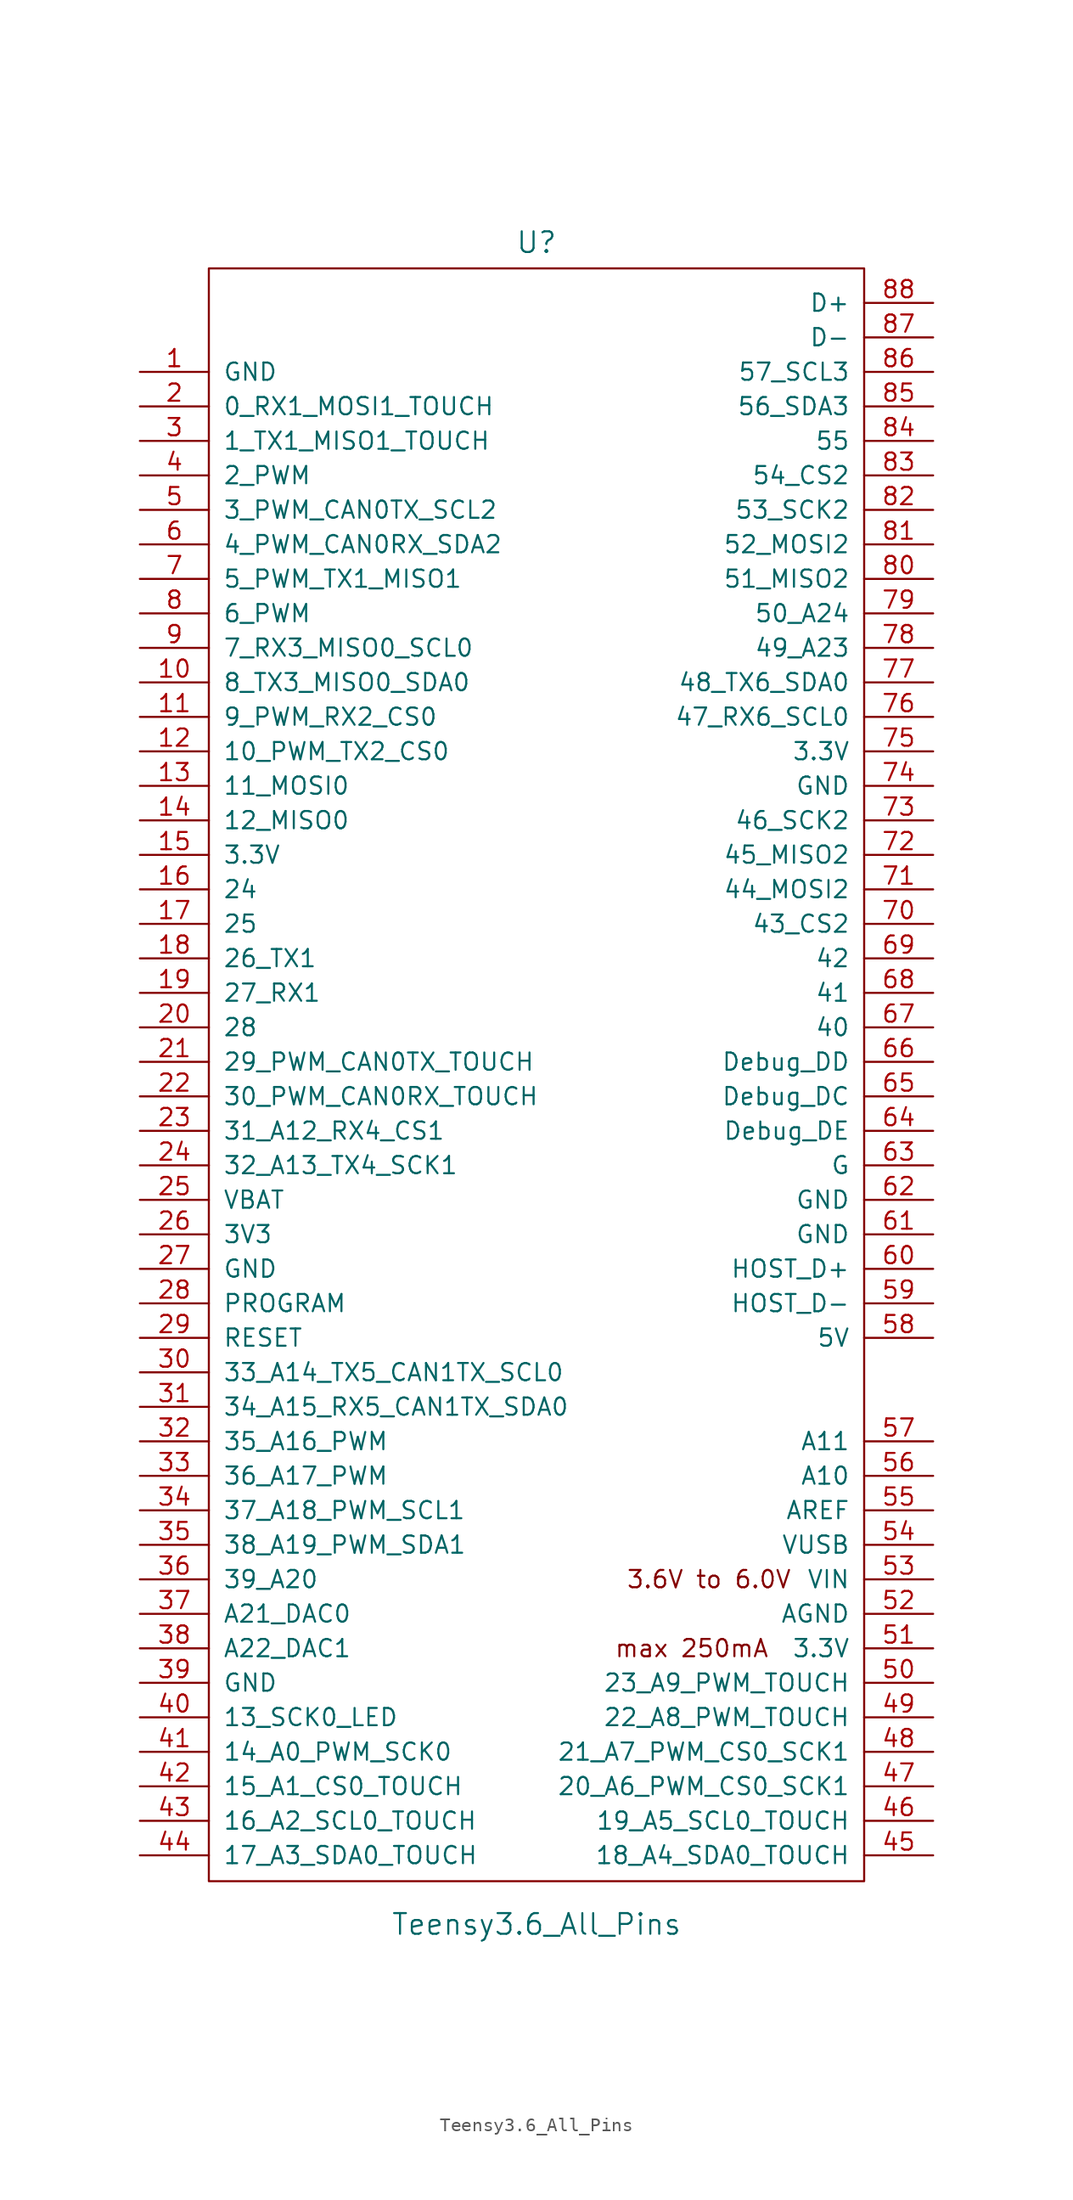
<source format=kicad_sym>
(kicad_symbol_lib
  (version 20201005)
  (generator kicad_symbol_editor)
  (symbol "teensy:Teensy3.6_All_Pins"
    (pin_names
      (offset 1.016))
    (property "Reference" "U"
      (at 0 64.135 0)
      (effects (font (size 1.524 1.524))))
    (property "Value" "Teensy3.6_All_Pins"
      (at 0 -59.69 0)
      (effects (font (size 1.524 1.524))))
    (property "Footprint" ""
      (at 0 1.27 0)
      (effects (font (size 1.524 1.524))))
    (property "Datasheet" ""
      (at 0 1.27 0)
      (effects (font (size 1.524 1.524))))
    (symbol "Teensy3.6_All_Pins_0_0"
      (text "3.6V to 6.0V" (at 12.7 -34.29 0) (effects (font (size 1.27 1.27))))
      (text "max 250mA" (at 11.43 -39.37 0) (effects (font (size 1.27 1.27))))
      (rectangle (start -24.13 62.23) (end 24.13 -56.515) (stroke (width 0)) (fill (type none))))
    (symbol "Teensy3.6_All_Pins_1_1"
      (pin power_in line (at -29.21 54.61 0) (length 5.08) (name "GND" (effects (font (size 1.27 1.27)))) (number "1" (effects (font (size 1.27 1.27)))))
      (pin bidirectional line (at -29.21 31.75 0) (length 5.08) (name "8_TX3_MISO0_SDA0" (effects (font (size 1.27 1.27)))) (number "10" (effects (font (size 1.27 1.27)))))
      (pin bidirectional line (at -29.21 29.21 0) (length 5.08) (name "9_PWM_RX2_CS0" (effects (font (size 1.27 1.27)))) (number "11" (effects (font (size 1.27 1.27)))))
      (pin bidirectional line (at -29.21 26.67 0) (length 5.08) (name "10_PWM_TX2_CS0" (effects (font (size 1.27 1.27)))) (number "12" (effects (font (size 1.27 1.27)))))
      (pin bidirectional line (at -29.21 24.13 0) (length 5.08) (name "11_MOSI0" (effects (font (size 1.27 1.27)))) (number "13" (effects (font (size 1.27 1.27)))))
      (pin bidirectional line (at -29.21 21.59 0) (length 5.08) (name "12_MISO0" (effects (font (size 1.27 1.27)))) (number "14" (effects (font (size 1.27 1.27)))))
      (pin power_in line (at -29.21 19.05 0) (length 5.08) (name "3.3V" (effects (font (size 1.27 1.27)))) (number "15" (effects (font (size 1.27 1.27)))))
      (pin bidirectional line (at -29.21 16.51 0) (length 5.08) (name "24" (effects (font (size 1.27 1.27)))) (number "16" (effects (font (size 1.27 1.27)))))
      (pin bidirectional line (at -29.21 13.97 0) (length 5.08) (name "25" (effects (font (size 1.27 1.27)))) (number "17" (effects (font (size 1.27 1.27)))))
      (pin bidirectional line (at -29.21 11.43 0) (length 5.08) (name "26_TX1" (effects (font (size 1.27 1.27)))) (number "18" (effects (font (size 1.27 1.27)))))
      (pin bidirectional line (at -29.21 8.89 0) (length 5.08) (name "27_RX1" (effects (font (size 1.27 1.27)))) (number "19" (effects (font (size 1.27 1.27)))))
      (pin bidirectional line (at -29.21 52.07 0) (length 5.08) (name "0_RX1_MOSI1_TOUCH" (effects (font (size 1.27 1.27)))) (number "2" (effects (font (size 1.27 1.27)))))
      (pin bidirectional line (at -29.21 6.35 0) (length 5.08) (name "28" (effects (font (size 1.27 1.27)))) (number "20" (effects (font (size 1.27 1.27)))))
      (pin bidirectional line (at -29.21 3.81 0) (length 5.08) (name "29_PWM_CAN0TX_TOUCH" (effects (font (size 1.27 1.27)))) (number "21" (effects (font (size 1.27 1.27)))))
      (pin bidirectional line (at -29.21 1.27 0) (length 5.08) (name "30_PWM_CAN0RX_TOUCH" (effects (font (size 1.27 1.27)))) (number "22" (effects (font (size 1.27 1.27)))))
      (pin bidirectional line (at -29.21 -1.27 0) (length 5.08) (name "31_A12_RX4_CS1" (effects (font (size 1.27 1.27)))) (number "23" (effects (font (size 1.27 1.27)))))
      (pin bidirectional line (at -29.21 -3.81 0) (length 5.08) (name "32_A13_TX4_SCK1" (effects (font (size 1.27 1.27)))) (number "24" (effects (font (size 1.27 1.27)))))
      (pin power_in line (at -29.21 -6.35 0) (length 5.08) (name "VBAT" (effects (font (size 1.27 1.27)))) (number "25" (effects (font (size 1.27 1.27)))))
      (pin power_in line (at -29.21 -8.89 0) (length 5.08) (name "3V3" (effects (font (size 1.27 1.27)))) (number "26" (effects (font (size 1.27 1.27)))))
      (pin power_in line (at -29.21 -11.43 0) (length 5.08) (name "GND" (effects (font (size 1.27 1.27)))) (number "27" (effects (font (size 1.27 1.27)))))
      (pin input line (at -29.21 -13.97 0) (length 5.08) (name "PROGRAM" (effects (font (size 1.27 1.27)))) (number "28" (effects (font (size 1.27 1.27)))))
      (pin input line (at -29.21 -16.51 0) (length 5.08) (name "RESET" (effects (font (size 1.27 1.27)))) (number "29" (effects (font (size 1.27 1.27)))))
      (pin bidirectional line (at -29.21 49.53 0) (length 5.08) (name "1_TX1_MISO1_TOUCH" (effects (font (size 1.27 1.27)))) (number "3" (effects (font (size 1.27 1.27)))))
      (pin bidirectional line (at -29.21 -19.05 0) (length 5.08) (name "33_A14_TX5_CAN1TX_SCL0" (effects (font (size 1.27 1.27)))) (number "30" (effects (font (size 1.27 1.27)))))
      (pin bidirectional line (at -29.21 -21.59 0) (length 5.08) (name "34_A15_RX5_CAN1TX_SDA0" (effects (font (size 1.27 1.27)))) (number "31" (effects (font (size 1.27 1.27)))))
      (pin bidirectional line (at -29.21 -24.13 0) (length 5.08) (name "35_A16_PWM" (effects (font (size 1.27 1.27)))) (number "32" (effects (font (size 1.27 1.27)))))
      (pin bidirectional line (at -29.21 -26.67 0) (length 5.08) (name "36_A17_PWM" (effects (font (size 1.27 1.27)))) (number "33" (effects (font (size 1.27 1.27)))))
      (pin bidirectional line (at -29.21 -29.21 0) (length 5.08) (name "37_A18_PWM_SCL1" (effects (font (size 1.27 1.27)))) (number "34" (effects (font (size 1.27 1.27)))))
      (pin bidirectional line (at -29.21 -31.75 0) (length 5.08) (name "38_A19_PWM_SDA1" (effects (font (size 1.27 1.27)))) (number "35" (effects (font (size 1.27 1.27)))))
      (pin bidirectional line (at -29.21 -34.29 0) (length 5.08) (name "39_A20" (effects (font (size 1.27 1.27)))) (number "36" (effects (font (size 1.27 1.27)))))
      (pin bidirectional line (at -29.21 -36.83 0) (length 5.08) (name "A21_DAC0" (effects (font (size 1.27 1.27)))) (number "37" (effects (font (size 1.27 1.27)))))
      (pin bidirectional line (at -29.21 -39.37 0) (length 5.08) (name "A22_DAC1" (effects (font (size 1.27 1.27)))) (number "38" (effects (font (size 1.27 1.27)))))
      (pin power_in line (at -29.21 -41.91 0) (length 5.08) (name "GND" (effects (font (size 1.27 1.27)))) (number "39" (effects (font (size 1.27 1.27)))))
      (pin bidirectional line (at -29.21 46.99 0) (length 5.08) (name "2_PWM" (effects (font (size 1.27 1.27)))) (number "4" (effects (font (size 1.27 1.27)))))
      (pin bidirectional line (at -29.21 -44.45 0) (length 5.08) (name "13_SCK0_LED" (effects (font (size 1.27 1.27)))) (number "40" (effects (font (size 1.27 1.27)))))
      (pin bidirectional line (at -29.21 -46.99 0) (length 5.08) (name "14_A0_PWM_SCK0" (effects (font (size 1.27 1.27)))) (number "41" (effects (font (size 1.27 1.27)))))
      (pin bidirectional line (at -29.21 -49.53 0) (length 5.08) (name "15_A1_CS0_TOUCH" (effects (font (size 1.27 1.27)))) (number "42" (effects (font (size 1.27 1.27)))))
      (pin bidirectional line (at -29.21 -52.07 0) (length 5.08) (name "16_A2_SCL0_TOUCH" (effects (font (size 1.27 1.27)))) (number "43" (effects (font (size 1.27 1.27)))))
      (pin bidirectional line (at -29.21 -54.61 0) (length 5.08) (name "17_A3_SDA0_TOUCH" (effects (font (size 1.27 1.27)))) (number "44" (effects (font (size 1.27 1.27)))))
      (pin bidirectional line (at 29.21 -54.61 180) (length 5.08) (name "18_A4_SDA0_TOUCH" (effects (font (size 1.27 1.27)))) (number "45" (effects (font (size 1.27 1.27)))))
      (pin bidirectional line (at 29.21 -52.07 180) (length 5.08) (name "19_A5_SCL0_TOUCH" (effects (font (size 1.27 1.27)))) (number "46" (effects (font (size 1.27 1.27)))))
      (pin bidirectional line (at 29.21 -49.53 180) (length 5.08) (name "20_A6_PWM_CS0_SCK1" (effects (font (size 1.27 1.27)))) (number "47" (effects (font (size 1.27 1.27)))))
      (pin bidirectional line (at 29.21 -46.99 180) (length 5.08) (name "21_A7_PWM_CS0_SCK1" (effects (font (size 1.27 1.27)))) (number "48" (effects (font (size 1.27 1.27)))))
      (pin bidirectional line (at 29.21 -44.45 180) (length 5.08) (name "22_A8_PWM_TOUCH" (effects (font (size 1.27 1.27)))) (number "49" (effects (font (size 1.27 1.27)))))
      (pin bidirectional line (at -29.21 44.45 0) (length 5.08) (name "3_PWM_CAN0TX_SCL2" (effects (font (size 1.27 1.27)))) (number "5" (effects (font (size 1.27 1.27)))))
      (pin bidirectional line (at 29.21 -41.91 180) (length 5.08) (name "23_A9_PWM_TOUCH" (effects (font (size 1.27 1.27)))) (number "50" (effects (font (size 1.27 1.27)))))
      (pin power_out line (at 29.21 -39.37 180) (length 5.08) (name "3.3V" (effects (font (size 1.27 1.27)))) (number "51" (effects (font (size 1.27 1.27)))))
      (pin power_out line (at 29.21 -36.83 180) (length 5.08) (name "AGND" (effects (font (size 1.27 1.27)))) (number "52" (effects (font (size 1.27 1.27)))))
      (pin power_in line (at 29.21 -34.29 180) (length 5.08) (name "VIN" (effects (font (size 1.27 1.27)))) (number "53" (effects (font (size 1.27 1.27)))))
      (pin power_in line (at 29.21 -31.75 180) (length 5.08) (name "VUSB" (effects (font (size 1.27 1.27)))) (number "54" (effects (font (size 1.27 1.27)))))
      (pin input line (at 29.21 -29.21 180) (length 5.08) (name "AREF" (effects (font (size 1.27 1.27)))) (number "55" (effects (font (size 1.27 1.27)))))
      (pin bidirectional line (at 29.21 -26.67 180) (length 5.08) (name "A10" (effects (font (size 1.27 1.27)))) (number "56" (effects (font (size 1.27 1.27)))))
      (pin bidirectional line (at 29.21 -24.13 180) (length 5.08) (name "A11" (effects (font (size 1.27 1.27)))) (number "57" (effects (font (size 1.27 1.27)))))
      (pin power_in line (at 29.21 -16.51 180) (length 5.08) (name "5V" (effects (font (size 1.27 1.27)))) (number "58" (effects (font (size 1.27 1.27)))))
      (pin bidirectional line (at 29.21 -13.97 180) (length 5.08) (name "HOST_D-" (effects (font (size 1.27 1.27)))) (number "59" (effects (font (size 1.27 1.27)))))
      (pin bidirectional line (at -29.21 41.91 0) (length 5.08) (name "4_PWM_CAN0RX_SDA2" (effects (font (size 1.27 1.27)))) (number "6" (effects (font (size 1.27 1.27)))))
      (pin bidirectional line (at 29.21 -11.43 180) (length 5.08) (name "HOST_D+" (effects (font (size 1.27 1.27)))) (number "60" (effects (font (size 1.27 1.27)))))
      (pin power_in line (at 29.21 -8.89 180) (length 5.08) (name "GND" (effects (font (size 1.27 1.27)))) (number "61" (effects (font (size 1.27 1.27)))))
      (pin power_in line (at 29.21 -6.35 180) (length 5.08) (name "GND" (effects (font (size 1.27 1.27)))) (number "62" (effects (font (size 1.27 1.27)))))
      (pin power_in line (at 29.21 -3.81 180) (length 5.08) (name "G" (effects (font (size 1.27 1.27)))) (number "63" (effects (font (size 1.27 1.27)))))
      (pin input line (at 29.21 -1.27 180) (length 5.08) (name "Debug_DE" (effects (font (size 1.27 1.27)))) (number "64" (effects (font (size 1.27 1.27)))))
      (pin input line (at 29.21 1.27 180) (length 5.08) (name "Debug_DC" (effects (font (size 1.27 1.27)))) (number "65" (effects (font (size 1.27 1.27)))))
      (pin input line (at 29.21 3.81 180) (length 5.08) (name "Debug_DD" (effects (font (size 1.27 1.27)))) (number "66" (effects (font (size 1.27 1.27)))))
      (pin bidirectional line (at 29.21 6.35 180) (length 5.08) (name "40" (effects (font (size 1.27 1.27)))) (number "67" (effects (font (size 1.27 1.27)))))
      (pin bidirectional line (at 29.21 8.89 180) (length 5.08) (name "41" (effects (font (size 1.27 1.27)))) (number "68" (effects (font (size 1.27 1.27)))))
      (pin bidirectional line (at 29.21 11.43 180) (length 5.08) (name "42" (effects (font (size 1.27 1.27)))) (number "69" (effects (font (size 1.27 1.27)))))
      (pin bidirectional line (at -29.21 39.37 0) (length 5.08) (name "5_PWM_TX1_MISO1" (effects (font (size 1.27 1.27)))) (number "7" (effects (font (size 1.27 1.27)))))
      (pin bidirectional line (at 29.21 13.97 180) (length 5.08) (name "43_CS2" (effects (font (size 1.27 1.27)))) (number "70" (effects (font (size 1.27 1.27)))))
      (pin bidirectional line (at 29.21 16.51 180) (length 5.08) (name "44_MOSI2" (effects (font (size 1.27 1.27)))) (number "71" (effects (font (size 1.27 1.27)))))
      (pin bidirectional line (at 29.21 19.05 180) (length 5.08) (name "45_MISO2" (effects (font (size 1.27 1.27)))) (number "72" (effects (font (size 1.27 1.27)))))
      (pin bidirectional line (at 29.21 21.59 180) (length 5.08) (name "46_SCK2" (effects (font (size 1.27 1.27)))) (number "73" (effects (font (size 1.27 1.27)))))
      (pin power_in line (at 29.21 24.13 180) (length 5.08) (name "GND" (effects (font (size 1.27 1.27)))) (number "74" (effects (font (size 1.27 1.27)))))
      (pin power_in line (at 29.21 26.67 180) (length 5.08) (name "3.3V" (effects (font (size 1.27 1.27)))) (number "75" (effects (font (size 1.27 1.27)))))
      (pin bidirectional line (at 29.21 29.21 180) (length 5.08) (name "47_RX6_SCL0" (effects (font (size 1.27 1.27)))) (number "76" (effects (font (size 1.27 1.27)))))
      (pin bidirectional line (at 29.21 31.75 180) (length 5.08) (name "48_TX6_SDA0" (effects (font (size 1.27 1.27)))) (number "77" (effects (font (size 1.27 1.27)))))
      (pin bidirectional line (at 29.21 34.29 180) (length 5.08) (name "49_A23" (effects (font (size 1.27 1.27)))) (number "78" (effects (font (size 1.27 1.27)))))
      (pin bidirectional line (at 29.21 36.83 180) (length 5.08) (name "50_A24" (effects (font (size 1.27 1.27)))) (number "79" (effects (font (size 1.27 1.27)))))
      (pin bidirectional line (at -29.21 36.83 0) (length 5.08) (name "6_PWM" (effects (font (size 1.27 1.27)))) (number "8" (effects (font (size 1.27 1.27)))))
      (pin bidirectional line (at 29.21 39.37 180) (length 5.08) (name "51_MISO2" (effects (font (size 1.27 1.27)))) (number "80" (effects (font (size 1.27 1.27)))))
      (pin bidirectional line (at 29.21 41.91 180) (length 5.08) (name "52_MOSI2" (effects (font (size 1.27 1.27)))) (number "81" (effects (font (size 1.27 1.27)))))
      (pin bidirectional line (at 29.21 44.45 180) (length 5.08) (name "53_SCK2" (effects (font (size 1.27 1.27)))) (number "82" (effects (font (size 1.27 1.27)))))
      (pin bidirectional line (at 29.21 46.99 180) (length 5.08) (name "54_CS2" (effects (font (size 1.27 1.27)))) (number "83" (effects (font (size 1.27 1.27)))))
      (pin bidirectional line (at 29.21 49.53 180) (length 5.08) (name "55" (effects (font (size 1.27 1.27)))) (number "84" (effects (font (size 1.27 1.27)))))
      (pin bidirectional line (at 29.21 52.07 180) (length 5.08) (name "56_SDA3" (effects (font (size 1.27 1.27)))) (number "85" (effects (font (size 1.27 1.27)))))
      (pin bidirectional line (at 29.21 54.61 180) (length 5.08) (name "57_SCL3" (effects (font (size 1.27 1.27)))) (number "86" (effects (font (size 1.27 1.27)))))
      (pin input line (at 29.21 57.15 180) (length 5.08) (name "D-" (effects (font (size 1.27 1.27)))) (number "87" (effects (font (size 1.27 1.27)))))
      (pin input line (at 29.21 59.69 180) (length 5.08) (name "D+" (effects (font (size 1.27 1.27)))) (number "88" (effects (font (size 1.27 1.27)))))
      (pin bidirectional line (at -29.21 34.29 0) (length 5.08) (name "7_RX3_MISO0_SCL0" (effects (font (size 1.27 1.27)))) (number "9" (effects (font (size 1.27 1.27))))))))
</source>
